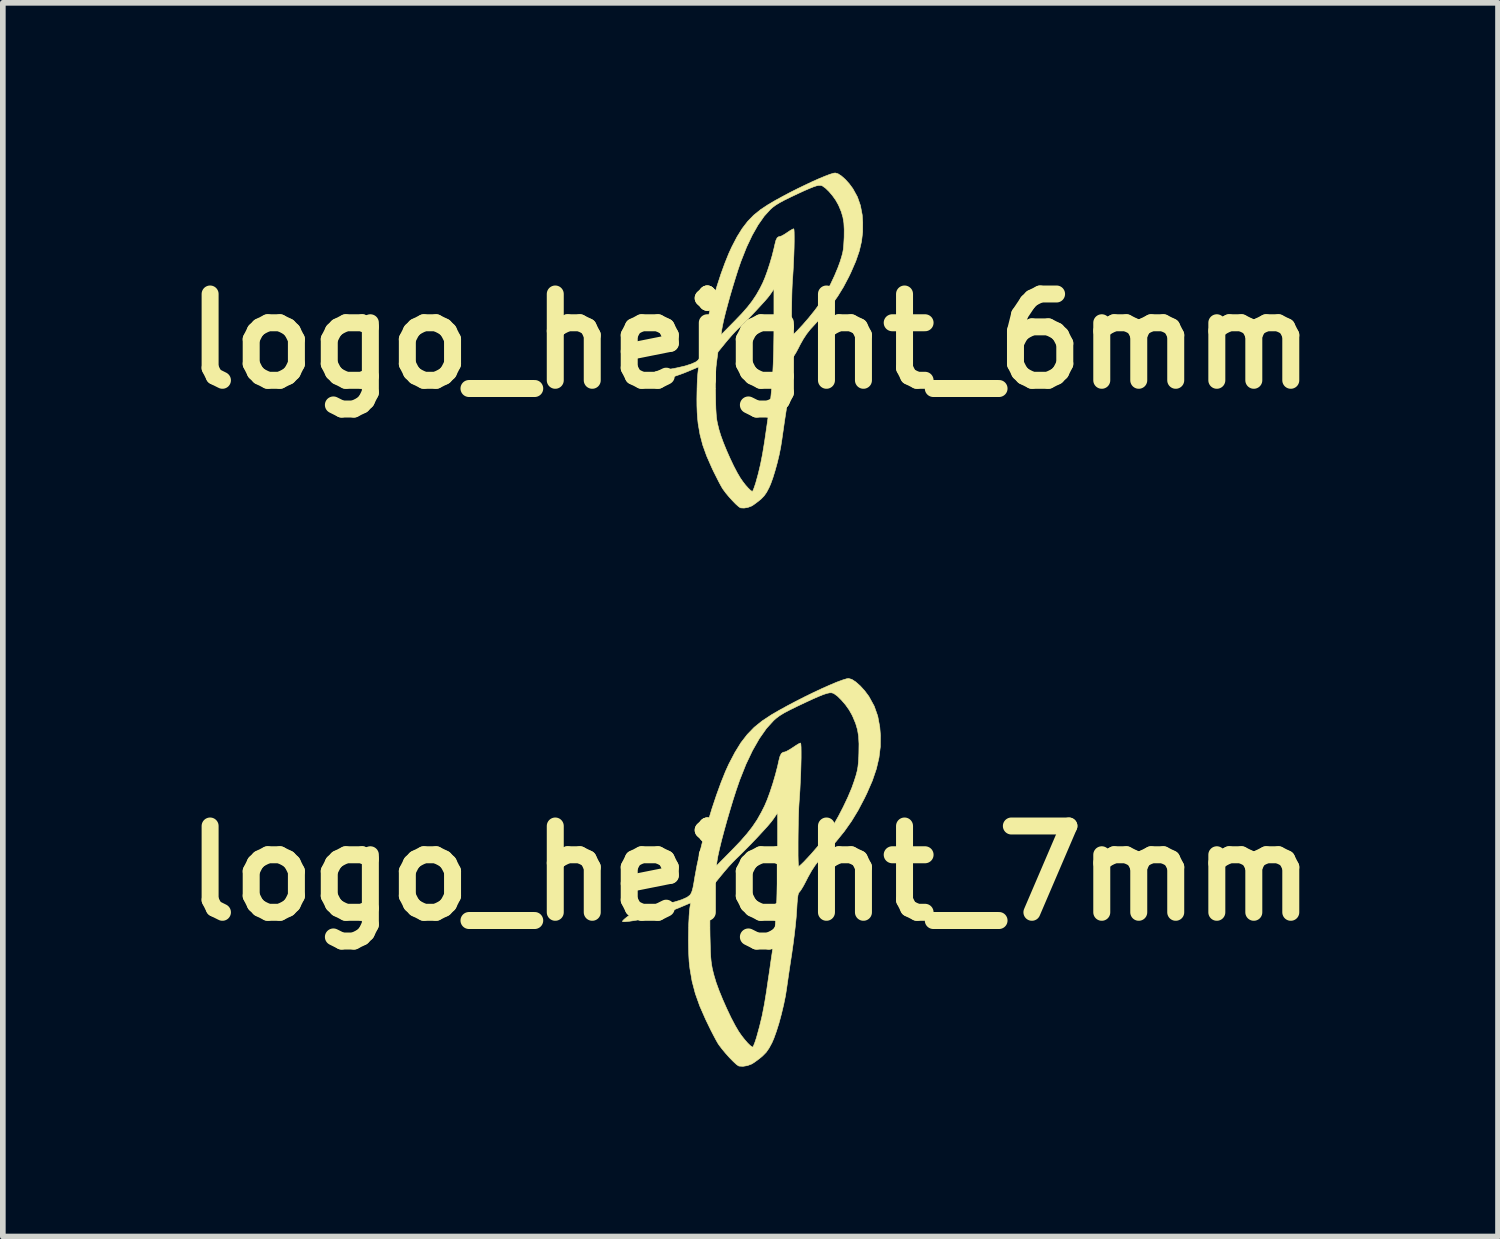
<source format=kicad_pcb>
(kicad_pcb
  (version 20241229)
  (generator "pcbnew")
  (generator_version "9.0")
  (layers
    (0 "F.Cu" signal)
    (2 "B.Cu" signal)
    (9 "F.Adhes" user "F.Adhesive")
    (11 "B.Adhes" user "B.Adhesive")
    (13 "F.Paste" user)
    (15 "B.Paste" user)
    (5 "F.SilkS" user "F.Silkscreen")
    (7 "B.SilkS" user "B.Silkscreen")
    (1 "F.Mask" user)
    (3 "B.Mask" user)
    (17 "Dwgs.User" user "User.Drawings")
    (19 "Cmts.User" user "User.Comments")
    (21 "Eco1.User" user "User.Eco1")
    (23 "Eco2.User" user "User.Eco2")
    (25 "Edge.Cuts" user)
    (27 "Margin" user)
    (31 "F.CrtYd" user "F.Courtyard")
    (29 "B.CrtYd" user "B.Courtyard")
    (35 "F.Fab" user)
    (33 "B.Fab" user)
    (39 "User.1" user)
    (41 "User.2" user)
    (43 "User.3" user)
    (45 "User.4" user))
  (footprint "logo_height_7mm"
    (layer "F.Cu")
    (at 10.204 12.373)
    (property "Reference" "logo_height_7mm" (at 0 0 0) (layer "F.SilkS") (effects (font (size 1.524 1.524) (thickness 0.3))))
    (attr through_hole)
    (fp_poly (pts (xy 1.791 -3.424) (xy 1.861 -3.378) (xy 1.939 -3.309) (xy 2.018 -3.222) (xy 2.091 -3.124) (xy 2.096 -3.115) (xy 2.186 -2.951) (xy 2.248 -2.776) (xy 2.284 -2.583) (xy 2.296 -2.434) (xy 2.294 -2.236) (xy 2.27 -2.041) (xy 2.224 -1.844) (xy 2.153 -1.635) (xy 2.055 -1.41) (xy 2.01 -1.318) (xy 1.9 -1.109) (xy 1.785 -0.92) (xy 1.658 -0.74) (xy 1.512 -0.56) (xy 1.339 -0.37) (xy 1.32 -0.35) (xy 1.225 -0.245) (xy 1.148 -0.148) (xy 1.081 -0.047) (xy 1.014 0.073) (xy 0.98 0.14) (xy 0.94 0.216) (xy 0.902 0.28) (xy 0.873 0.322) (xy 0.864 0.332) (xy 0.851 0.35) (xy 0.84 0.385) (xy 0.832 0.443) (xy 0.824 0.53) (xy 0.817 0.651) (xy 0.816 0.66) (xy 0.808 0.776) (xy 0.794 0.921) (xy 0.776 1.08) (xy 0.755 1.243) (xy 0.733 1.397) (xy 0.732 1.407) (xy 0.71 1.549) (xy 0.689 1.689) (xy 0.67 1.819) (xy 0.654 1.93) (xy 0.642 2.013) (xy 0.64 2.028) (xy 0.618 2.168) (xy 0.586 2.324) (xy 0.547 2.487) (xy 0.504 2.647) (xy 0.458 2.793) (xy 0.413 2.918) (xy 0.38 2.994) (xy 0.328 3.09) (xy 0.278 3.162) (xy 0.219 3.222) (xy 0.186 3.251) (xy 0.122 3.301) (xy 0.062 3.344) (xy 0.021 3.369) (xy -0.053 3.397) (xy -0.131 3.41) (xy -0.197 3.406) (xy -0.211 3.402) (xy -0.248 3.376) (xy -0.303 3.325) (xy -0.368 3.259) (xy -0.436 3.183) (xy -0.501 3.105) (xy -0.555 3.034) (xy -0.573 3.007) (xy -0.604 2.953) (xy -0.648 2.871) (xy -0.7 2.77) (xy -0.754 2.659) (xy -0.79 2.585) (xy -0.895 2.346) (xy -0.974 2.124) (xy -1.031 1.907) (xy -1.069 1.684) (xy -1.083 1.56) (xy -1.089 1.453) (xy -1.093 1.324) (xy -1.095 1.18) (xy -1.093 1.033) (xy -1.09 0.89) (xy -1.085 0.796) (xy -0.716 0.796) (xy -0.716 0.963) (xy -0.714 1.11) (xy -0.71 1.261) (xy -0.707 1.379) (xy -0.702 1.473) (xy -0.695 1.55) (xy -0.686 1.617) (xy -0.674 1.683) (xy -0.657 1.754) (xy -0.643 1.807) (xy -0.607 1.928) (xy -0.554 2.073) (xy -0.489 2.232) (xy -0.417 2.394) (xy -0.343 2.55) (xy -0.27 2.689) (xy -0.208 2.795) (xy -0.158 2.867) (xy -0.102 2.938) (xy -0.049 2.999) (xy -0.002 3.045) (xy 0.031 3.068) (xy 0.042 3.069) (xy 0.055 3.046) (xy 0.076 2.994) (xy 0.1 2.923) (xy 0.109 2.894) (xy 0.161 2.705) (xy 0.207 2.514) (xy 0.247 2.309) (xy 0.285 2.077) (xy 0.29 2.04) (xy 0.311 1.896) (xy 0.336 1.73) (xy 0.36 1.56) (xy 0.383 1.406) (xy 0.388 1.37) (xy 0.415 1.167) (xy 0.436 0.952) (xy 0.453 0.719) (xy 0.466 0.465) (xy 0.474 0.184) (xy 0.479 -0.127) (xy 0.48 -0.4) (xy 0.48 -1.069) (xy 0.406 -0.96) (xy 0.366 -0.907) (xy 0.302 -0.831) (xy 0.219 -0.74) (xy 0.124 -0.637) (xy 0.02 -0.528) (xy -0.086 -0.42) (xy -0.189 -0.317) (xy -0.257 -0.252) (xy -0.315 -0.193) (xy -0.387 -0.115) (xy -0.462 -0.028) (xy -0.514 0.035) (xy -0.665 0.22) (xy -0.694 0.435) (xy -0.705 0.539) (xy -0.712 0.657) (xy -0.716 0.796) (xy -1.085 0.796) (xy -1.084 0.762) (xy -1.076 0.656) (xy -1.068 0.596) (xy -1.055 0.522) (xy -1.263 0.61) (xy -1.371 0.653) (xy -1.49 0.697) (xy -1.601 0.735) (xy -1.65 0.75) (xy -1.739 0.773) (xy -1.842 0.796) (xy -1.95 0.818) (xy -2.055 0.836) (xy -2.147 0.849) (xy -2.218 0.856) (xy -2.257 0.856) (xy -2.258 0.843) (xy -2.232 0.815) (xy -2.186 0.777) (xy -2.127 0.734) (xy -2.063 0.691) (xy -2 0.653) (xy -1.947 0.625) (xy -1.91 0.612) (xy -1.692 0.58) (xy -1.502 0.544) (xy -1.342 0.507) (xy -1.214 0.467) (xy -1.122 0.426) (xy -1.07 0.388) (xy -1.05 0.359) (xy -1.032 0.317) (xy -1.015 0.254) (xy -0.998 0.163) (xy -0.982 0.065) (xy -0.946 -0.13) (xy -0.602 -0.13) (xy -0.32 -0.416) (xy -0.177 -0.565) (xy -0.061 -0.698) (xy 0.036 -0.822) (xy 0.12 -0.947) (xy 0.195 -1.081) (xy 0.25 -1.19) (xy 0.296 -1.298) (xy 0.346 -1.435) (xy 0.396 -1.587) (xy 0.442 -1.745) (xy 0.481 -1.896) (xy 0.499 -1.979) (xy 0.521 -2.064) (xy 0.546 -2.115) (xy 0.579 -2.138) (xy 0.599 -2.14) (xy 0.632 -2.151) (xy 0.685 -2.18) (xy 0.748 -2.22) (xy 0.808 -2.26) (xy 0.856 -2.289) (xy 0.883 -2.3) (xy 0.884 -2.3) (xy 0.89 -2.281) (xy 0.894 -2.227) (xy 0.895 -2.144) (xy 0.895 -2.037) (xy 0.892 -1.91) (xy 0.888 -1.77) (xy 0.881 -1.621) (xy 0.874 -1.47) (xy 0.864 -1.32) (xy 0.859 -1.25) (xy 0.854 -1.167) (xy 0.85 -1.063) (xy 0.846 -0.942) (xy 0.844 -0.812) (xy 0.842 -0.678) (xy 0.841 -0.546) (xy 0.841 -0.422) (xy 0.841 -0.311) (xy 0.843 -0.221) (xy 0.846 -0.156) (xy 0.85 -0.123) (xy 0.852 -0.12) (xy 0.871 -0.133) (xy 0.908 -0.167) (xy 0.947 -0.205) (xy 1.071 -0.338) (xy 1.197 -0.484) (xy 1.314 -0.63) (xy 1.38 -0.719) (xy 1.463 -0.847) (xy 1.551 -1.001) (xy 1.638 -1.169) (xy 1.72 -1.342) (xy 1.789 -1.505) (xy 1.832 -1.626) (xy 1.863 -1.723) (xy 1.884 -1.802) (xy 1.898 -1.877) (xy 1.907 -1.959) (xy 1.913 -2.062) (xy 1.915 -2.127) (xy 1.917 -2.287) (xy 1.91 -2.419) (xy 1.891 -2.535) (xy 1.858 -2.646) (xy 1.809 -2.763) (xy 1.792 -2.799) (xy 1.742 -2.887) (xy 1.678 -2.977) (xy 1.606 -3.06) (xy 1.536 -3.129) (xy 1.475 -3.173) (xy 1.462 -3.179) (xy 1.434 -3.187) (xy 1.398 -3.187) (xy 1.351 -3.177) (xy 1.289 -3.157) (xy 1.207 -3.124) (xy 1.101 -3.078) (xy 0.968 -3.016) (xy 0.826 -2.949) (xy 0.696 -2.885) (xy 0.595 -2.832) (xy 0.517 -2.784) (xy 0.454 -2.737) (xy 0.409 -2.697) (xy 0.282 -2.557) (xy 0.157 -2.379) (xy 0.036 -2.167) (xy -0.08 -1.923) (xy -0.188 -1.651) (xy -0.198 -1.623) (xy -0.251 -1.469) (xy -0.306 -1.298) (xy -0.361 -1.116) (xy -0.415 -0.932) (xy -0.465 -0.751) (xy -0.51 -0.582) (xy -0.547 -0.43) (xy -0.575 -0.303) (xy -0.589 -0.22) (xy -0.602 -0.13) (xy -0.946 -0.13) (xy -0.942 -0.15) (xy -0.89 -0.385) (xy -0.828 -0.633) (xy -0.757 -0.887) (xy -0.681 -1.138) (xy -0.601 -1.378) (xy -0.52 -1.601) (xy -0.441 -1.798) (xy -0.381 -1.93) (xy -0.274 -2.134) (xy -0.168 -2.306) (xy -0.056 -2.451) (xy 0.066 -2.577) (xy 0.206 -2.69) (xy 0.367 -2.796) (xy 0.373 -2.8) (xy 0.506 -2.877) (xy 0.651 -2.957) (xy 0.805 -3.038) (xy 0.962 -3.118) (xy 1.118 -3.194) (xy 1.267 -3.264) (xy 1.405 -3.325) (xy 1.526 -3.376) (xy 1.626 -3.413) (xy 1.699 -3.435) (xy 1.733 -3.44) (xy 1.791 -3.424)) (stroke (width 0.01) (type solid)) (fill yes) (layer "F.SilkS")))
  (footprint "logo_height_6mm"
    (layer "F.Cu")
    (at 10.204 2.977)
    (property "Reference" "logo_height_6mm" (at 0 0 0) (layer "F.SilkS") (effects (font (size 1.524 1.524) (thickness 0.3))))
    (attr through_hole)
    (fp_poly (pts (xy 1.547 -2.958) (xy 1.608 -2.918) (xy 1.675 -2.859) (xy 1.743 -2.784) (xy 1.806 -2.699) (xy 1.811 -2.691) (xy 1.889 -2.55) (xy 1.942 -2.399) (xy 1.974 -2.231) (xy 1.983 -2.103) (xy 1.982 -1.932) (xy 1.962 -1.764) (xy 1.922 -1.593) (xy 1.86 -1.413) (xy 1.775 -1.218) (xy 1.737 -1.138) (xy 1.642 -0.958) (xy 1.542 -0.795) (xy 1.432 -0.64) (xy 1.306 -0.484) (xy 1.157 -0.32) (xy 1.141 -0.302) (xy 1.058 -0.212) (xy 0.992 -0.128) (xy 0.934 -0.04) (xy 0.876 0.063) (xy 0.847 0.121) (xy 0.812 0.187) (xy 0.779 0.242) (xy 0.754 0.278) (xy 0.746 0.287) (xy 0.735 0.302) (xy 0.726 0.333) (xy 0.718 0.383) (xy 0.712 0.458) (xy 0.706 0.563) (xy 0.705 0.57) (xy 0.698 0.671) (xy 0.686 0.795) (xy 0.67 0.933) (xy 0.653 1.074) (xy 0.633 1.207) (xy 0.632 1.216) (xy 0.613 1.338) (xy 0.595 1.459) (xy 0.579 1.572) (xy 0.565 1.667) (xy 0.555 1.739) (xy 0.553 1.752) (xy 0.534 1.873) (xy 0.507 2.008) (xy 0.473 2.149) (xy 0.435 2.286) (xy 0.396 2.413) (xy 0.357 2.521) (xy 0.328 2.587) (xy 0.284 2.67) (xy 0.241 2.731) (xy 0.19 2.784) (xy 0.161 2.808) (xy 0.105 2.852) (xy 0.054 2.889) (xy 0.018 2.911) (xy -0.046 2.935) (xy -0.113 2.946) (xy -0.17 2.943) (xy -0.182 2.939) (xy -0.214 2.916) (xy -0.262 2.873) (xy -0.318 2.815) (xy -0.377 2.75) (xy -0.433 2.683) (xy -0.479 2.621) (xy -0.495 2.598) (xy -0.522 2.551) (xy -0.56 2.48) (xy -0.604 2.393) (xy -0.652 2.298) (xy -0.682 2.234) (xy -0.773 2.027) (xy -0.842 1.835) (xy -0.891 1.647) (xy -0.924 1.455) (xy -0.935 1.348) (xy -0.941 1.256) (xy -0.945 1.144) (xy -0.946 1.02) (xy -0.944 0.892) (xy -0.941 0.769) (xy -0.938 0.688) (xy -0.618 0.688) (xy -0.618 0.832) (xy -0.616 0.959) (xy -0.614 1.089) (xy -0.611 1.192) (xy -0.606 1.273) (xy -0.601 1.339) (xy -0.593 1.397) (xy -0.582 1.454) (xy -0.567 1.515) (xy -0.556 1.561) (xy -0.524 1.665) (xy -0.478 1.791) (xy -0.422 1.928) (xy -0.36 2.068) (xy -0.296 2.203) (xy -0.233 2.323) (xy -0.179 2.415) (xy -0.136 2.477) (xy -0.089 2.538) (xy -0.042 2.591) (xy -0.002 2.63) (xy 0.027 2.651) (xy 0.036 2.651) (xy 0.048 2.631) (xy 0.065 2.587) (xy 0.086 2.525) (xy 0.094 2.5) (xy 0.139 2.337) (xy 0.178 2.172) (xy 0.213 1.995) (xy 0.246 1.795) (xy 0.251 1.763) (xy 0.269 1.638) (xy 0.29 1.494) (xy 0.311 1.348) (xy 0.331 1.215) (xy 0.335 1.184) (xy 0.358 1.008) (xy 0.377 0.822) (xy 0.391 0.621) (xy 0.402 0.402) (xy 0.41 0.159) (xy 0.414 -0.11) (xy 0.415 -0.346) (xy 0.415 -0.924) (xy 0.351 -0.829) (xy 0.316 -0.783) (xy 0.261 -0.718) (xy 0.189 -0.639) (xy 0.107 -0.55) (xy 0.018 -0.456) (xy -0.074 -0.363) (xy -0.163 -0.274) (xy -0.222 -0.218) (xy -0.272 -0.167) (xy -0.334 -0.099) (xy -0.399 -0.024) (xy -0.444 0.03) (xy -0.574 0.19) (xy -0.599 0.376) (xy -0.609 0.465) (xy -0.615 0.567) (xy -0.618 0.688) (xy -0.938 0.688) (xy -0.936 0.658) (xy -0.929 0.567) (xy -0.923 0.515) (xy -0.912 0.451) (xy -1.091 0.527) (xy -1.185 0.565) (xy -1.288 0.602) (xy -1.383 0.635) (xy -1.426 0.648) (xy -1.502 0.668) (xy -1.591 0.688) (xy -1.685 0.706) (xy -1.775 0.722) (xy -1.855 0.734) (xy -1.916 0.74) (xy -1.95 0.739) (xy -1.951 0.728) (xy -1.928 0.704) (xy -1.888 0.671) (xy -1.838 0.634) (xy -1.782 0.597) (xy -1.728 0.564) (xy -1.682 0.54) (xy -1.65 0.529) (xy -1.462 0.501) (xy -1.298 0.47) (xy -1.159 0.438) (xy -1.049 0.403) (xy -0.969 0.368) (xy -0.925 0.335) (xy -0.907 0.311) (xy -0.892 0.274) (xy -0.877 0.219) (xy -0.862 0.141) (xy -0.848 0.056) (xy -0.817 -0.112) (xy -0.52 -0.112) (xy -0.276 -0.36) (xy -0.153 -0.488) (xy -0.052 -0.603) (xy 0.031 -0.71) (xy 0.103 -0.818) (xy 0.169 -0.934) (xy 0.216 -1.028) (xy 0.256 -1.122) (xy 0.299 -1.239) (xy 0.342 -1.371) (xy 0.382 -1.507) (xy 0.415 -1.638) (xy 0.431 -1.709) (xy 0.45 -1.783) (xy 0.472 -1.827) (xy 0.5 -1.847) (xy 0.518 -1.849) (xy 0.546 -1.858) (xy 0.592 -1.883) (xy 0.646 -1.918) (xy 0.698 -1.953) (xy 0.74 -1.977) (xy 0.763 -1.987) (xy 0.763 -1.987) (xy 0.769 -1.971) (xy 0.772 -1.924) (xy 0.773 -1.852) (xy 0.773 -1.759) (xy 0.771 -1.65) (xy 0.767 -1.529) (xy 0.761 -1.401) (xy 0.755 -1.27) (xy 0.747 -1.14) (xy 0.742 -1.08) (xy 0.738 -1.008) (xy 0.734 -0.918) (xy 0.731 -0.814) (xy 0.729 -0.702) (xy 0.727 -0.586) (xy 0.726 -0.472) (xy 0.726 -0.364) (xy 0.727 -0.269) (xy 0.728 -0.191) (xy 0.731 -0.135) (xy 0.734 -0.106) (xy 0.736 -0.104) (xy 0.752 -0.115) (xy 0.785 -0.145) (xy 0.818 -0.177) (xy 0.925 -0.292) (xy 1.034 -0.418) (xy 1.135 -0.544) (xy 1.192 -0.621) (xy 1.264 -0.731) (xy 1.34 -0.864) (xy 1.416 -1.01) (xy 1.486 -1.159) (xy 1.545 -1.3) (xy 1.583 -1.404) (xy 1.609 -1.488) (xy 1.628 -1.557) (xy 1.64 -1.622) (xy 1.647 -1.693) (xy 1.652 -1.782) (xy 1.655 -1.838) (xy 1.656 -1.976) (xy 1.65 -2.09) (xy 1.633 -2.19) (xy 1.605 -2.286) (xy 1.563 -2.387) (xy 1.548 -2.418) (xy 1.505 -2.494) (xy 1.449 -2.572) (xy 1.388 -2.644) (xy 1.327 -2.703) (xy 1.274 -2.741) (xy 1.263 -2.747) (xy 1.239 -2.753) (xy 1.208 -2.753) (xy 1.167 -2.745) (xy 1.113 -2.727) (xy 1.043 -2.699) (xy 0.951 -2.659) (xy 0.836 -2.606) (xy 0.713 -2.548) (xy 0.601 -2.493) (xy 0.514 -2.446) (xy 0.447 -2.405) (xy 0.393 -2.365) (xy 0.353 -2.33) (xy 0.243 -2.209) (xy 0.135 -2.055) (xy 0.031 -1.872) (xy -0.069 -1.661) (xy -0.162 -1.426) (xy -0.171 -1.403) (xy -0.217 -1.269) (xy -0.264 -1.121) (xy -0.312 -0.964) (xy -0.359 -0.805) (xy -0.402 -0.649) (xy -0.441 -0.503) (xy -0.473 -0.372) (xy -0.496 -0.262) (xy -0.509 -0.19) (xy -0.52 -0.112) (xy -0.817 -0.112) (xy -0.814 -0.129) (xy -0.769 -0.332) (xy -0.715 -0.547) (xy -0.654 -0.766) (xy -0.588 -0.983) (xy -0.52 -1.191) (xy -0.45 -1.383) (xy -0.381 -1.554) (xy -0.329 -1.667) (xy -0.237 -1.844) (xy -0.145 -1.992) (xy -0.048 -2.118) (xy 0.057 -2.226) (xy 0.178 -2.324) (xy 0.317 -2.416) (xy 0.323 -2.419) (xy 0.437 -2.486) (xy 0.563 -2.555) (xy 0.695 -2.625) (xy 0.831 -2.694) (xy 0.966 -2.759) (xy 1.095 -2.82) (xy 1.214 -2.873) (xy 1.318 -2.916) (xy 1.405 -2.949) (xy 1.468 -2.968) (xy 1.498 -2.972) (xy 1.547 -2.958)) (stroke (width 0.01) (type solid)) (fill yes) (layer "F.SilkS")))
  (gr_rect
    (start -3 -3)
    (end 23.407 18.788)
    (stroke (width 0.1) (type default))
    (fill no)
    (layer "Edge.Cuts")))
</source>
